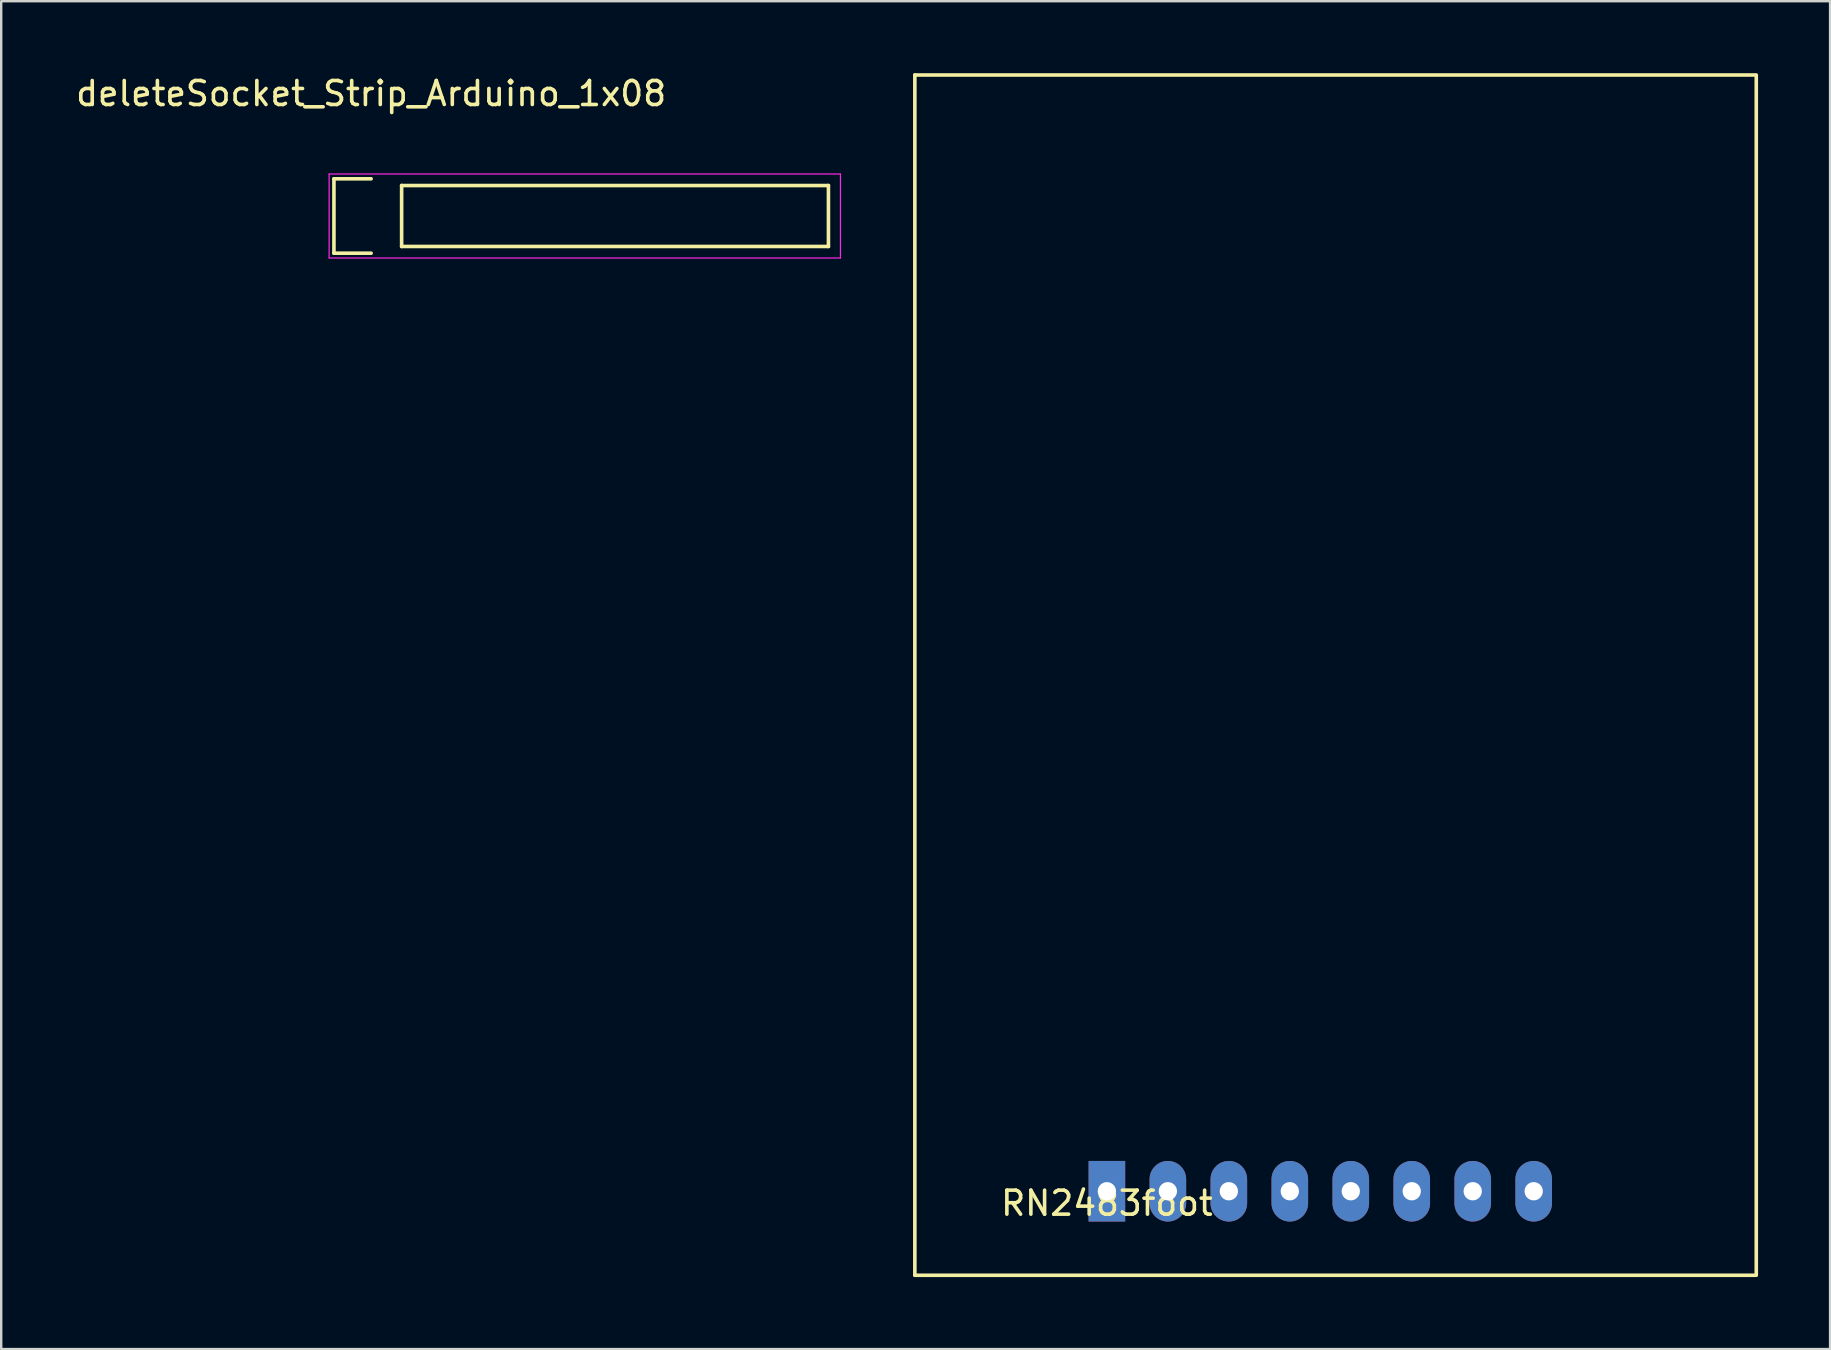
<source format=kicad_pcb>
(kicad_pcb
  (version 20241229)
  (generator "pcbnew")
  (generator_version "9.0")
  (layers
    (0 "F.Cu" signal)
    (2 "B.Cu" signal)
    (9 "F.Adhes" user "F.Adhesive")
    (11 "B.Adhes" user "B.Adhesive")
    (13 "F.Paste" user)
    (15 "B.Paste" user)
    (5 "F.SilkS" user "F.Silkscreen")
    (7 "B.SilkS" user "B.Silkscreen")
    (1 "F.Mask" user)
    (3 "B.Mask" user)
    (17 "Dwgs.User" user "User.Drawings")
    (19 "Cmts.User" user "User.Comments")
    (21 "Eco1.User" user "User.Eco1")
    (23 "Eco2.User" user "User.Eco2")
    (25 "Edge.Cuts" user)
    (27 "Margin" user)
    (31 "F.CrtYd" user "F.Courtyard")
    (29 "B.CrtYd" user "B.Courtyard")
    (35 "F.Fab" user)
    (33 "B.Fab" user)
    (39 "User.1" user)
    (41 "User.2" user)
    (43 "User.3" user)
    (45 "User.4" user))
  (footprint "deleteSocket_Strip_Arduino_1x08"
    (layer "F.Cu")
    (at 12.411 5.948)
    (property "Reference" "deleteSocket_Strip_Arduino_1x08" (at 0 -5.1 0) (layer "F.SilkS") (effects (font (size 1 1) (thickness 0.15))))
    (attr through_hole)
    (fp_line (start -1.55 -1.55) (end -1.55 1.55) (stroke (width 0.15) (type solid)) (layer "F.SilkS"))
    (fp_line (start -1.55 1.55) (end 0 1.55) (stroke (width 0.15) (type solid)) (layer "F.SilkS"))
    (fp_line (start 0 -1.55) (end -1.55 -1.55) (stroke (width 0.15) (type solid)) (layer "F.SilkS"))
    (fp_line (start 1.27 1.27) (end 1.27 -1.27) (stroke (width 0.15) (type solid)) (layer "F.SilkS"))
    (fp_line (start 1.27 1.27) (end 19.05 1.27) (stroke (width 0.15) (type solid)) (layer "F.SilkS"))
    (fp_line (start 19.05 -1.27) (end 1.27 -1.27) (stroke (width 0.15) (type solid)) (layer "F.SilkS"))
    (fp_line (start 19.05 1.27) (end 19.05 -1.27) (stroke (width 0.15) (type solid)) (layer "F.SilkS"))
    (fp_line (start -1.75 -1.75) (end -1.75 1.75) (stroke (width 0.05) (type solid)) (layer "F.CrtYd"))
    (fp_line (start -1.75 -1.75) (end 19.55 -1.75) (stroke (width 0.05) (type solid)) (layer "F.CrtYd"))
    (fp_line (start -1.75 1.75) (end 19.55 1.75) (stroke (width 0.05) (type solid)) (layer "F.CrtYd"))
    (fp_line (start 19.55 -1.75) (end 19.55 1.75) (stroke (width 0.05) (type solid)) (layer "F.CrtYd")))
  (footprint "RN2483foot"
    (layer "F.Cu")
    (at 43.061 46.575)
    (property "Reference" "RN2483foot" (at 0 0.5 0) (layer "F.SilkS") (effects (font (size 1 1) (thickness 0.15))))
    (attr through_hole)
    (fp_line (start -8 -46.5) (end 27 -46.5) (stroke (width 0.15) (type solid)) (layer "F.SilkS"))
    (fp_line (start -8 3.5) (end -8 -46.5) (stroke (width 0.15) (type solid)) (layer "F.SilkS"))
    (fp_line (start -8 3.5) (end 27 3.5) (stroke (width 0.15) (type solid)) (layer "F.SilkS"))
    (fp_line (start 27.052 3.5) (end 27.052 -46.5) (stroke (width 0.15) (type solid)) (layer "F.SilkS"))
    (pad "1" thru_hole rect (at 0 0) (size 1.524 2.524) (drill 0.762) (layers "*.Cu" "*.Mask"))
    (pad "2" thru_hole oval (at 2.54 0) (size 1.524 2.524) (drill 0.762) (layers "*.Cu" "*.Mask"))
    (pad "3" thru_hole oval (at 5.08 0) (size 1.524 2.524) (drill 0.762) (layers "*.Cu" "*.Mask"))
    (pad "4" thru_hole oval (at 7.62 0) (size 1.524 2.524) (drill 0.762) (layers "*.Cu" "*.Mask"))
    (pad "5" thru_hole oval (at 10.16 0) (size 1.524 2.524) (drill 0.762) (layers "*.Cu" "*.Mask"))
    (pad "6" thru_hole oval (at 12.7 0) (size 1.524 2.524) (drill 0.762) (layers "*.Cu" "*.Mask"))
    (pad "7" thru_hole oval (at 15.24 0) (size 1.524 2.524) (drill 0.762) (layers "*.Cu" "*.Mask"))
    (pad "8" thru_hole oval (at 17.78 0) (size 1.524 2.524) (drill 0.762) (layers "*.Cu" "*.Mask")))
  (gr_rect
    (start -3 -3)
    (end 73.188 53.15)
    (stroke (width 0.1) (type default))
    (fill no)
    (layer "Edge.Cuts")))
</source>
